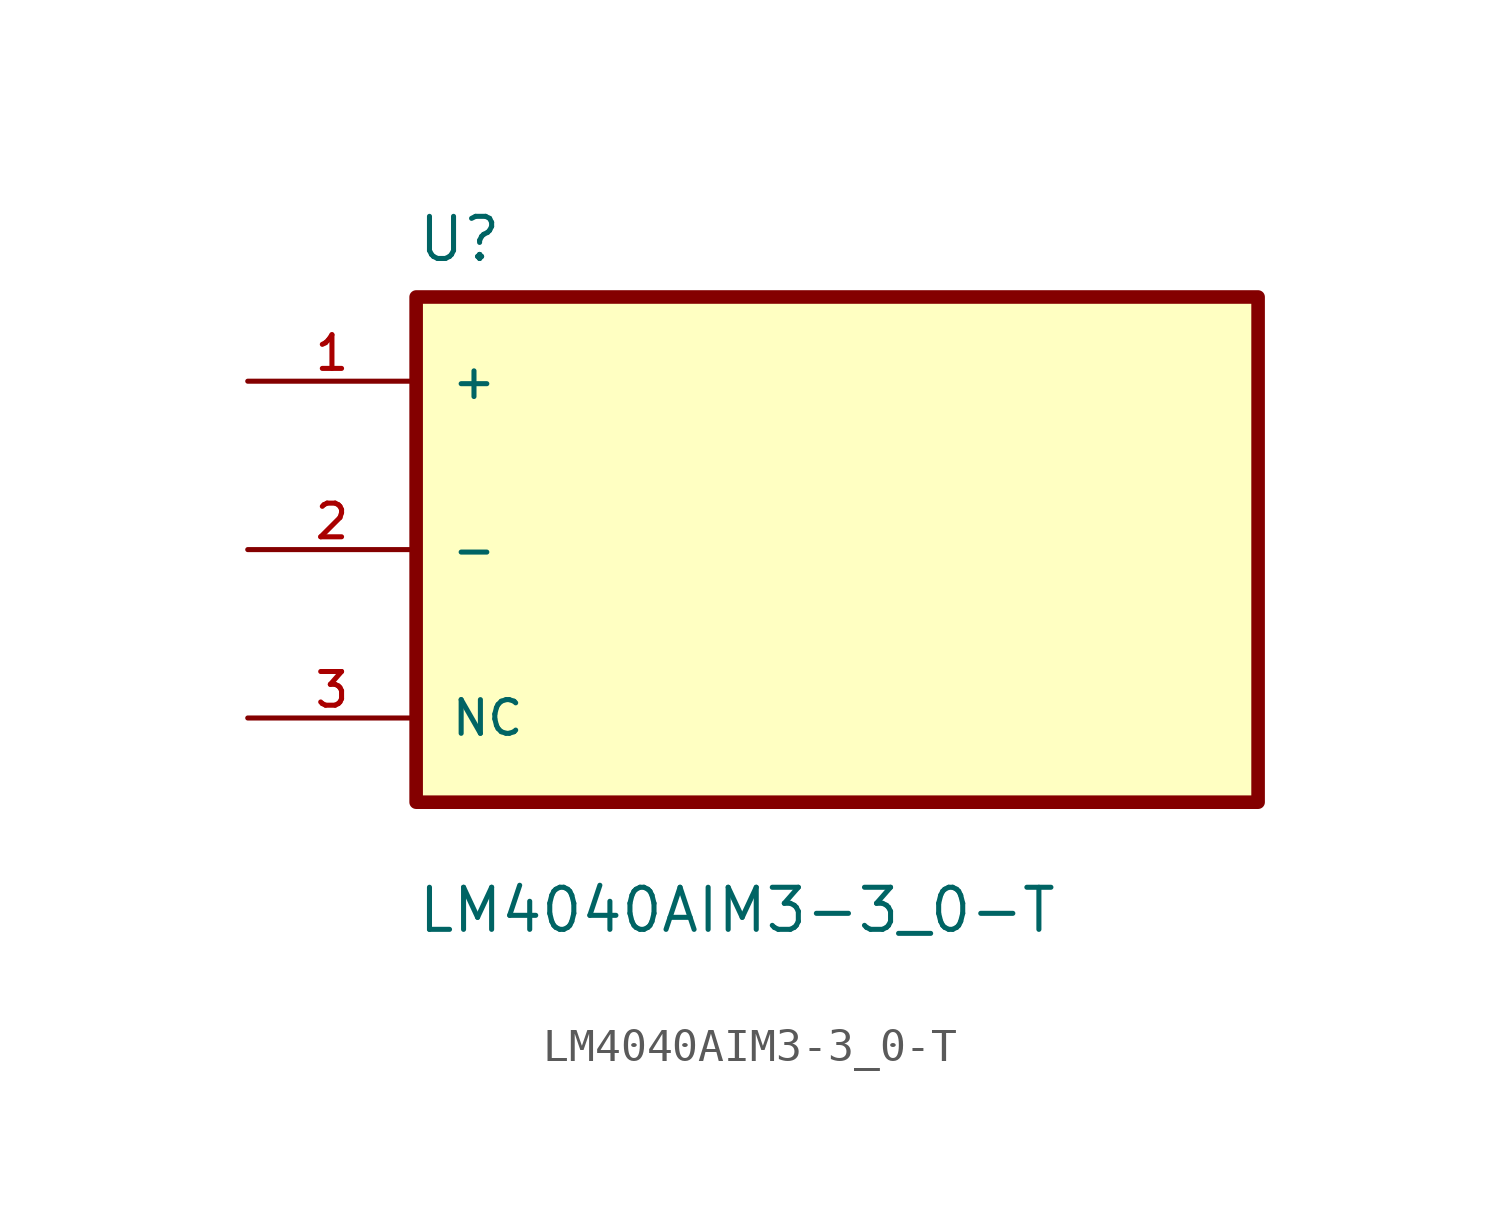
<source format=kicad_sym>
(kicad_symbol_lib
  (version 20211014)
  (generator kicad_symbol_editor)
  (symbol "LM4040AIM3-3_0-T"
    (pin_names
      (offset 1.016))
    (property "Reference" "U"
      (at -12.7 8.62 0.0)
      (effects (font (size 1.27 1.27)) (justify bottom left)))
    (property "Value" "LM4040AIM3-3_0-T"
      (at -12.7 -11.62 0.0)
      (effects (font (size 1.27 1.27)) (justify bottom left)))
    (symbol "LM4040AIM3-3_0-T_0_0"
      (rectangle (start -12.7 -7.62) (end 12.7 7.62) (stroke (width 0.41)) (fill (type background)))
      (pin bidirectional line (at -17.78 5.08 0) (length 5.08) (name "+" (effects (font (size 1.016 1.016)))) (number "1" (effects (font (size 1.016 1.016)))))
      (pin bidirectional line (at -17.78 0.0 0) (length 5.08) (name "-" (effects (font (size 1.016 1.016)))) (number "2" (effects (font (size 1.016 1.016)))))
      (pin bidirectional line (at -17.78 -5.08 0) (length 5.08) (name "NC" (effects (font (size 1.016 1.016)))) (number "3" (effects (font (size 1.016 1.016))))))))
</source>
